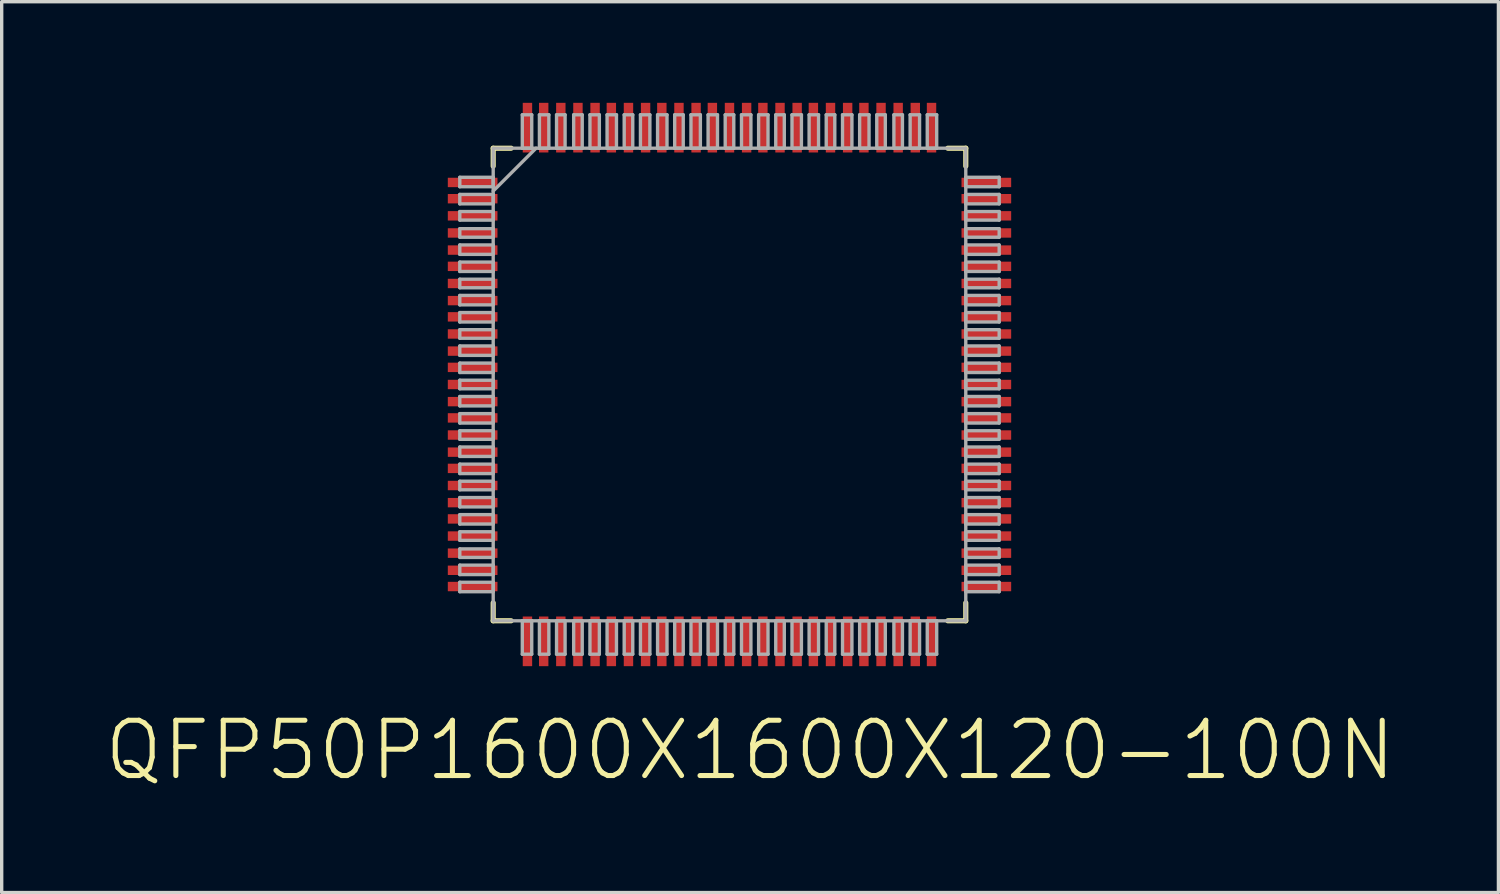
<source format=kicad_pcb>
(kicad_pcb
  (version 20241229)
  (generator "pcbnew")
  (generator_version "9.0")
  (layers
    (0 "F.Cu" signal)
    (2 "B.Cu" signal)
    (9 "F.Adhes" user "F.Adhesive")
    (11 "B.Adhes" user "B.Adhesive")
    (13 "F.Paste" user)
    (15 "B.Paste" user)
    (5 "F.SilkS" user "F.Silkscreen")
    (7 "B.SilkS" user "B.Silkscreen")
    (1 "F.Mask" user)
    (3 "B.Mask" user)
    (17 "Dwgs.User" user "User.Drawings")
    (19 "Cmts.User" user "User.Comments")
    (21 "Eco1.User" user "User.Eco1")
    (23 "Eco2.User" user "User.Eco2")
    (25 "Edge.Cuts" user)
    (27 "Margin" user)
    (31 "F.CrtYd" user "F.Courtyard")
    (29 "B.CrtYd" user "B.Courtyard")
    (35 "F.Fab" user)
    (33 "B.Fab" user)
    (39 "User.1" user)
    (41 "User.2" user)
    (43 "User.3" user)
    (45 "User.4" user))
  (footprint "QFP50P1600X1600X120-100N"
    (layer "F.Cu")
    (at 18.592 8.357)
    (property "Reference" "QFP50P1600X1600X120-100N" (at 0.61 10.85 0) (layer "F.SilkS") (effects (font (size 1.641 1.641) (thickness 0.15))))
    (attr smd)
    (fp_line (start -7.01 -7.01) (end -7.01 -6.477) (stroke (width 0.152) (type solid)) (layer "F.SilkS"))
    (fp_line (start -7.01 6.477) (end -7.01 7.01) (stroke (width 0.152) (type solid)) (layer "F.SilkS"))
    (fp_line (start -7.01 7.01) (end -6.477 7.01) (stroke (width 0.152) (type solid)) (layer "F.SilkS"))
    (fp_line (start -6.477 -7.01) (end -7.01 -7.01) (stroke (width 0.152) (type solid)) (layer "F.SilkS"))
    (fp_line (start 6.477 7.01) (end 7.01 7.01) (stroke (width 0.152) (type solid)) (layer "F.SilkS"))
    (fp_line (start 7.01 -7.01) (end 6.477 -7.01) (stroke (width 0.152) (type solid)) (layer "F.SilkS"))
    (fp_line (start 7.01 -6.477) (end 7.01 -7.01) (stroke (width 0.152) (type solid)) (layer "F.SilkS"))
    (fp_line (start 7.01 7.01) (end 7.01 6.477) (stroke (width 0.152) (type solid)) (layer "F.SilkS"))
    (fp_line (start -8.001 -6.147) (end -8.001 -5.867) (stroke (width 0.1) (type solid)) (layer "F.Fab"))
    (fp_line (start -8.001 -5.867) (end -7.01 -5.867) (stroke (width 0.1) (type solid)) (layer "F.Fab"))
    (fp_line (start -8.001 -5.639) (end -8.001 -5.359) (stroke (width 0.1) (type solid)) (layer "F.Fab"))
    (fp_line (start -8.001 -5.359) (end -7.01 -5.359) (stroke (width 0.1) (type solid)) (layer "F.Fab"))
    (fp_line (start -8.001 -5.131) (end -8.001 -4.877) (stroke (width 0.1) (type solid)) (layer "F.Fab"))
    (fp_line (start -8.001 -4.877) (end -7.01 -4.877) (stroke (width 0.1) (type solid)) (layer "F.Fab"))
    (fp_line (start -8.001 -4.623) (end -8.001 -4.369) (stroke (width 0.1) (type solid)) (layer "F.Fab"))
    (fp_line (start -8.001 -4.369) (end -7.01 -4.369) (stroke (width 0.1) (type solid)) (layer "F.Fab"))
    (fp_line (start -8.001 -4.14) (end -8.001 -3.861) (stroke (width 0.1) (type solid)) (layer "F.Fab"))
    (fp_line (start -8.001 -3.861) (end -7.01 -3.861) (stroke (width 0.1) (type solid)) (layer "F.Fab"))
    (fp_line (start -8.001 -3.632) (end -8.001 -3.353) (stroke (width 0.1) (type solid)) (layer "F.Fab"))
    (fp_line (start -8.001 -3.353) (end -7.01 -3.353) (stroke (width 0.1) (type solid)) (layer "F.Fab"))
    (fp_line (start -8.001 -3.124) (end -8.001 -2.87) (stroke (width 0.1) (type solid)) (layer "F.Fab"))
    (fp_line (start -8.001 -2.87) (end -7.01 -2.87) (stroke (width 0.1) (type solid)) (layer "F.Fab"))
    (fp_line (start -8.001 -2.642) (end -8.001 -2.362) (stroke (width 0.1) (type solid)) (layer "F.Fab"))
    (fp_line (start -8.001 -2.362) (end -7.01 -2.362) (stroke (width 0.1) (type solid)) (layer "F.Fab"))
    (fp_line (start -8.001 -2.134) (end -8.001 -1.854) (stroke (width 0.1) (type solid)) (layer "F.Fab"))
    (fp_line (start -8.001 -1.854) (end -7.01 -1.854) (stroke (width 0.1) (type solid)) (layer "F.Fab"))
    (fp_line (start -8.001 -1.626) (end -8.001 -1.372) (stroke (width 0.1) (type solid)) (layer "F.Fab"))
    (fp_line (start -8.001 -1.372) (end -7.01 -1.372) (stroke (width 0.1) (type solid)) (layer "F.Fab"))
    (fp_line (start -8.001 -1.143) (end -8.001 -0.864) (stroke (width 0.1) (type solid)) (layer "F.Fab"))
    (fp_line (start -8.001 -0.864) (end -7.01 -0.864) (stroke (width 0.1) (type solid)) (layer "F.Fab"))
    (fp_line (start -8.001 -0.635) (end -8.001 -0.356) (stroke (width 0.1) (type solid)) (layer "F.Fab"))
    (fp_line (start -8.001 -0.356) (end -7.01 -0.356) (stroke (width 0.1) (type solid)) (layer "F.Fab"))
    (fp_line (start -8.001 -0.127) (end -8.001 0.127) (stroke (width 0.1) (type solid)) (layer "F.Fab"))
    (fp_line (start -8.001 0.127) (end -7.01 0.127) (stroke (width 0.1) (type solid)) (layer "F.Fab"))
    (fp_line (start -8.001 0.356) (end -8.001 0.635) (stroke (width 0.1) (type solid)) (layer "F.Fab"))
    (fp_line (start -8.001 0.635) (end -7.01 0.635) (stroke (width 0.1) (type solid)) (layer "F.Fab"))
    (fp_line (start -8.001 0.864) (end -8.001 1.143) (stroke (width 0.1) (type solid)) (layer "F.Fab"))
    (fp_line (start -8.001 1.143) (end -7.01 1.143) (stroke (width 0.1) (type solid)) (layer "F.Fab"))
    (fp_line (start -8.001 1.372) (end -8.001 1.626) (stroke (width 0.1) (type solid)) (layer "F.Fab"))
    (fp_line (start -8.001 1.626) (end -7.01 1.626) (stroke (width 0.1) (type solid)) (layer "F.Fab"))
    (fp_line (start -8.001 1.854) (end -8.001 2.134) (stroke (width 0.1) (type solid)) (layer "F.Fab"))
    (fp_line (start -8.001 2.134) (end -7.01 2.134) (stroke (width 0.1) (type solid)) (layer "F.Fab"))
    (fp_line (start -8.001 2.362) (end -8.001 2.642) (stroke (width 0.1) (type solid)) (layer "F.Fab"))
    (fp_line (start -8.001 2.642) (end -7.01 2.642) (stroke (width 0.1) (type solid)) (layer "F.Fab"))
    (fp_line (start -8.001 2.87) (end -8.001 3.124) (stroke (width 0.1) (type solid)) (layer "F.Fab"))
    (fp_line (start -8.001 3.124) (end -7.01 3.124) (stroke (width 0.1) (type solid)) (layer "F.Fab"))
    (fp_line (start -8.001 3.353) (end -8.001 3.632) (stroke (width 0.1) (type solid)) (layer "F.Fab"))
    (fp_line (start -8.001 3.632) (end -7.01 3.632) (stroke (width 0.1) (type solid)) (layer "F.Fab"))
    (fp_line (start -8.001 3.861) (end -8.001 4.14) (stroke (width 0.1) (type solid)) (layer "F.Fab"))
    (fp_line (start -8.001 4.14) (end -7.01 4.14) (stroke (width 0.1) (type solid)) (layer "F.Fab"))
    (fp_line (start -8.001 4.369) (end -8.001 4.623) (stroke (width 0.1) (type solid)) (layer "F.Fab"))
    (fp_line (start -8.001 4.623) (end -7.01 4.623) (stroke (width 0.1) (type solid)) (layer "F.Fab"))
    (fp_line (start -8.001 4.877) (end -8.001 5.131) (stroke (width 0.1) (type solid)) (layer "F.Fab"))
    (fp_line (start -8.001 5.131) (end -7.01 5.131) (stroke (width 0.1) (type solid)) (layer "F.Fab"))
    (fp_line (start -8.001 5.359) (end -8.001 5.639) (stroke (width 0.1) (type solid)) (layer "F.Fab"))
    (fp_line (start -8.001 5.639) (end -7.01 5.639) (stroke (width 0.1) (type solid)) (layer "F.Fab"))
    (fp_line (start -8.001 5.867) (end -8.001 6.147) (stroke (width 0.1) (type solid)) (layer "F.Fab"))
    (fp_line (start -8.001 6.147) (end -7.01 6.147) (stroke (width 0.1) (type solid)) (layer "F.Fab"))
    (fp_line (start -7.01 -7.01) (end -7.01 7.01) (stroke (width 0.1) (type solid)) (layer "F.Fab"))
    (fp_line (start -7.01 -6.147) (end -8.001 -6.147) (stroke (width 0.1) (type solid)) (layer "F.Fab"))
    (fp_line (start -7.01 -5.867) (end -7.01 -6.147) (stroke (width 0.1) (type solid)) (layer "F.Fab"))
    (fp_line (start -7.01 -5.74) (end -5.74 -7.01) (stroke (width 0.1) (type solid)) (layer "F.Fab"))
    (fp_line (start -7.01 -5.639) (end -8.001 -5.639) (stroke (width 0.1) (type solid)) (layer "F.Fab"))
    (fp_line (start -7.01 -5.359) (end -7.01 -5.639) (stroke (width 0.1) (type solid)) (layer "F.Fab"))
    (fp_line (start -7.01 -5.131) (end -8.001 -5.131) (stroke (width 0.1) (type solid)) (layer "F.Fab"))
    (fp_line (start -7.01 -4.877) (end -7.01 -5.131) (stroke (width 0.1) (type solid)) (layer "F.Fab"))
    (fp_line (start -7.01 -4.623) (end -8.001 -4.623) (stroke (width 0.1) (type solid)) (layer "F.Fab"))
    (fp_line (start -7.01 -4.369) (end -7.01 -4.623) (stroke (width 0.1) (type solid)) (layer "F.Fab"))
    (fp_line (start -7.01 -4.14) (end -8.001 -4.14) (stroke (width 0.1) (type solid)) (layer "F.Fab"))
    (fp_line (start -7.01 -3.861) (end -7.01 -4.14) (stroke (width 0.1) (type solid)) (layer "F.Fab"))
    (fp_line (start -7.01 -3.632) (end -8.001 -3.632) (stroke (width 0.1) (type solid)) (layer "F.Fab"))
    (fp_line (start -7.01 -3.353) (end -7.01 -3.632) (stroke (width 0.1) (type solid)) (layer "F.Fab"))
    (fp_line (start -7.01 -3.124) (end -8.001 -3.124) (stroke (width 0.1) (type solid)) (layer "F.Fab"))
    (fp_line (start -7.01 -2.87) (end -7.01 -3.124) (stroke (width 0.1) (type solid)) (layer "F.Fab"))
    (fp_line (start -7.01 -2.642) (end -8.001 -2.642) (stroke (width 0.1) (type solid)) (layer "F.Fab"))
    (fp_line (start -7.01 -2.362) (end -7.01 -2.642) (stroke (width 0.1) (type solid)) (layer "F.Fab"))
    (fp_line (start -7.01 -2.134) (end -8.001 -2.134) (stroke (width 0.1) (type solid)) (layer "F.Fab"))
    (fp_line (start -7.01 -1.854) (end -7.01 -2.134) (stroke (width 0.1) (type solid)) (layer "F.Fab"))
    (fp_line (start -7.01 -1.626) (end -8.001 -1.626) (stroke (width 0.1) (type solid)) (layer "F.Fab"))
    (fp_line (start -7.01 -1.372) (end -7.01 -1.626) (stroke (width 0.1) (type solid)) (layer "F.Fab"))
    (fp_line (start -7.01 -1.143) (end -8.001 -1.143) (stroke (width 0.1) (type solid)) (layer "F.Fab"))
    (fp_line (start -7.01 -0.864) (end -7.01 -1.143) (stroke (width 0.1) (type solid)) (layer "F.Fab"))
    (fp_line (start -7.01 -0.635) (end -8.001 -0.635) (stroke (width 0.1) (type solid)) (layer "F.Fab"))
    (fp_line (start -7.01 -0.356) (end -7.01 -0.635) (stroke (width 0.1) (type solid)) (layer "F.Fab"))
    (fp_line (start -7.01 -0.127) (end -8.001 -0.127) (stroke (width 0.1) (type solid)) (layer "F.Fab"))
    (fp_line (start -7.01 0.127) (end -7.01 -0.127) (stroke (width 0.1) (type solid)) (layer "F.Fab"))
    (fp_line (start -7.01 0.356) (end -8.001 0.356) (stroke (width 0.1) (type solid)) (layer "F.Fab"))
    (fp_line (start -7.01 0.635) (end -7.01 0.356) (stroke (width 0.1) (type solid)) (layer "F.Fab"))
    (fp_line (start -7.01 0.864) (end -8.001 0.864) (stroke (width 0.1) (type solid)) (layer "F.Fab"))
    (fp_line (start -7.01 1.143) (end -7.01 0.864) (stroke (width 0.1) (type solid)) (layer "F.Fab"))
    (fp_line (start -7.01 1.372) (end -8.001 1.372) (stroke (width 0.1) (type solid)) (layer "F.Fab"))
    (fp_line (start -7.01 1.626) (end -7.01 1.372) (stroke (width 0.1) (type solid)) (layer "F.Fab"))
    (fp_line (start -7.01 1.854) (end -8.001 1.854) (stroke (width 0.1) (type solid)) (layer "F.Fab"))
    (fp_line (start -7.01 2.134) (end -7.01 1.854) (stroke (width 0.1) (type solid)) (layer "F.Fab"))
    (fp_line (start -7.01 2.362) (end -8.001 2.362) (stroke (width 0.1) (type solid)) (layer "F.Fab"))
    (fp_line (start -7.01 2.642) (end -7.01 2.362) (stroke (width 0.1) (type solid)) (layer "F.Fab"))
    (fp_line (start -7.01 2.87) (end -8.001 2.87) (stroke (width 0.1) (type solid)) (layer "F.Fab"))
    (fp_line (start -7.01 3.124) (end -7.01 2.87) (stroke (width 0.1) (type solid)) (layer "F.Fab"))
    (fp_line (start -7.01 3.353) (end -8.001 3.353) (stroke (width 0.1) (type solid)) (layer "F.Fab"))
    (fp_line (start -7.01 3.632) (end -7.01 3.353) (stroke (width 0.1) (type solid)) (layer "F.Fab"))
    (fp_line (start -7.01 3.861) (end -8.001 3.861) (stroke (width 0.1) (type solid)) (layer "F.Fab"))
    (fp_line (start -7.01 4.14) (end -7.01 3.861) (stroke (width 0.1) (type solid)) (layer "F.Fab"))
    (fp_line (start -7.01 4.369) (end -8.001 4.369) (stroke (width 0.1) (type solid)) (layer "F.Fab"))
    (fp_line (start -7.01 4.623) (end -7.01 4.369) (stroke (width 0.1) (type solid)) (layer "F.Fab"))
    (fp_line (start -7.01 4.877) (end -8.001 4.877) (stroke (width 0.1) (type solid)) (layer "F.Fab"))
    (fp_line (start -7.01 5.131) (end -7.01 4.877) (stroke (width 0.1) (type solid)) (layer "F.Fab"))
    (fp_line (start -7.01 5.359) (end -8.001 5.359) (stroke (width 0.1) (type solid)) (layer "F.Fab"))
    (fp_line (start -7.01 5.639) (end -7.01 5.359) (stroke (width 0.1) (type solid)) (layer "F.Fab"))
    (fp_line (start -7.01 5.867) (end -8.001 5.867) (stroke (width 0.1) (type solid)) (layer "F.Fab"))
    (fp_line (start -7.01 6.147) (end -7.01 5.867) (stroke (width 0.1) (type solid)) (layer "F.Fab"))
    (fp_line (start -7.01 7.01) (end 7.01 7.01) (stroke (width 0.1) (type solid)) (layer "F.Fab"))
    (fp_line (start -6.147 -8.001) (end -6.147 -7.01) (stroke (width 0.1) (type solid)) (layer "F.Fab"))
    (fp_line (start -6.147 -7.01) (end -5.867 -7.01) (stroke (width 0.1) (type solid)) (layer "F.Fab"))
    (fp_line (start -6.147 7.01) (end -6.147 8.001) (stroke (width 0.1) (type solid)) (layer "F.Fab"))
    (fp_line (start -6.147 8.001) (end -5.867 8.001) (stroke (width 0.1) (type solid)) (layer "F.Fab"))
    (fp_line (start -5.867 -8.001) (end -6.147 -8.001) (stroke (width 0.1) (type solid)) (layer "F.Fab"))
    (fp_line (start -5.867 -7.01) (end -5.867 -8.001) (stroke (width 0.1) (type solid)) (layer "F.Fab"))
    (fp_line (start -5.867 7.01) (end -6.147 7.01) (stroke (width 0.1) (type solid)) (layer "F.Fab"))
    (fp_line (start -5.867 8.001) (end -5.867 7.01) (stroke (width 0.1) (type solid)) (layer "F.Fab"))
    (fp_line (start -5.639 -8.001) (end -5.639 -7.01) (stroke (width 0.1) (type solid)) (layer "F.Fab"))
    (fp_line (start -5.639 -7.01) (end -5.359 -7.01) (stroke (width 0.1) (type solid)) (layer "F.Fab"))
    (fp_line (start -5.639 7.01) (end -5.639 8.001) (stroke (width 0.1) (type solid)) (layer "F.Fab"))
    (fp_line (start -5.639 8.001) (end -5.359 8.001) (stroke (width 0.1) (type solid)) (layer "F.Fab"))
    (fp_line (start -5.359 -8.001) (end -5.639 -8.001) (stroke (width 0.1) (type solid)) (layer "F.Fab"))
    (fp_line (start -5.359 -7.01) (end -5.359 -8.001) (stroke (width 0.1) (type solid)) (layer "F.Fab"))
    (fp_line (start -5.359 7.01) (end -5.639 7.01) (stroke (width 0.1) (type solid)) (layer "F.Fab"))
    (fp_line (start -5.359 8.001) (end -5.359 7.01) (stroke (width 0.1) (type solid)) (layer "F.Fab"))
    (fp_line (start -5.131 -8.001) (end -5.131 -7.01) (stroke (width 0.1) (type solid)) (layer "F.Fab"))
    (fp_line (start -5.131 -7.01) (end -4.877 -7.01) (stroke (width 0.1) (type solid)) (layer "F.Fab"))
    (fp_line (start -5.131 7.01) (end -5.131 8.001) (stroke (width 0.1) (type solid)) (layer "F.Fab"))
    (fp_line (start -5.131 8.001) (end -4.877 8.001) (stroke (width 0.1) (type solid)) (layer "F.Fab"))
    (fp_line (start -4.877 -8.001) (end -5.131 -8.001) (stroke (width 0.1) (type solid)) (layer "F.Fab"))
    (fp_line (start -4.877 -7.01) (end -4.877 -8.001) (stroke (width 0.1) (type solid)) (layer "F.Fab"))
    (fp_line (start -4.877 7.01) (end -5.131 7.01) (stroke (width 0.1) (type solid)) (layer "F.Fab"))
    (fp_line (start -4.877 8.001) (end -4.877 7.01) (stroke (width 0.1) (type solid)) (layer "F.Fab"))
    (fp_line (start -4.623 -8.001) (end -4.623 -7.01) (stroke (width 0.1) (type solid)) (layer "F.Fab"))
    (fp_line (start -4.623 -7.01) (end -4.369 -7.01) (stroke (width 0.1) (type solid)) (layer "F.Fab"))
    (fp_line (start -4.623 7.01) (end -4.623 8.001) (stroke (width 0.1) (type solid)) (layer "F.Fab"))
    (fp_line (start -4.623 8.001) (end -4.369 8.001) (stroke (width 0.1) (type solid)) (layer "F.Fab"))
    (fp_line (start -4.369 -8.001) (end -4.623 -8.001) (stroke (width 0.1) (type solid)) (layer "F.Fab"))
    (fp_line (start -4.369 -7.01) (end -4.369 -8.001) (stroke (width 0.1) (type solid)) (layer "F.Fab"))
    (fp_line (start -4.369 7.01) (end -4.623 7.01) (stroke (width 0.1) (type solid)) (layer "F.Fab"))
    (fp_line (start -4.369 8.001) (end -4.369 7.01) (stroke (width 0.1) (type solid)) (layer "F.Fab"))
    (fp_line (start -4.14 -8.001) (end -4.14 -7.01) (stroke (width 0.1) (type solid)) (layer "F.Fab"))
    (fp_line (start -4.14 -7.01) (end -3.861 -7.01) (stroke (width 0.1) (type solid)) (layer "F.Fab"))
    (fp_line (start -4.14 7.01) (end -4.14 8.001) (stroke (width 0.1) (type solid)) (layer "F.Fab"))
    (fp_line (start -4.14 8.001) (end -3.861 8.001) (stroke (width 0.1) (type solid)) (layer "F.Fab"))
    (fp_line (start -3.861 -8.001) (end -4.14 -8.001) (stroke (width 0.1) (type solid)) (layer "F.Fab"))
    (fp_line (start -3.861 -7.01) (end -3.861 -8.001) (stroke (width 0.1) (type solid)) (layer "F.Fab"))
    (fp_line (start -3.861 7.01) (end -4.14 7.01) (stroke (width 0.1) (type solid)) (layer "F.Fab"))
    (fp_line (start -3.861 8.001) (end -3.861 7.01) (stroke (width 0.1) (type solid)) (layer "F.Fab"))
    (fp_line (start -3.632 -8.001) (end -3.632 -7.01) (stroke (width 0.1) (type solid)) (layer "F.Fab"))
    (fp_line (start -3.632 -7.01) (end -3.353 -7.01) (stroke (width 0.1) (type solid)) (layer "F.Fab"))
    (fp_line (start -3.632 7.01) (end -3.632 8.001) (stroke (width 0.1) (type solid)) (layer "F.Fab"))
    (fp_line (start -3.632 8.001) (end -3.353 8.001) (stroke (width 0.1) (type solid)) (layer "F.Fab"))
    (fp_line (start -3.353 -8.001) (end -3.632 -8.001) (stroke (width 0.1) (type solid)) (layer "F.Fab"))
    (fp_line (start -3.353 -7.01) (end -3.353 -8.001) (stroke (width 0.1) (type solid)) (layer "F.Fab"))
    (fp_line (start -3.353 7.01) (end -3.632 7.01) (stroke (width 0.1) (type solid)) (layer "F.Fab"))
    (fp_line (start -3.353 8.001) (end -3.353 7.01) (stroke (width 0.1) (type solid)) (layer "F.Fab"))
    (fp_line (start -3.124 -8.001) (end -3.124 -7.01) (stroke (width 0.1) (type solid)) (layer "F.Fab"))
    (fp_line (start -3.124 -7.01) (end -2.87 -7.01) (stroke (width 0.1) (type solid)) (layer "F.Fab"))
    (fp_line (start -3.124 7.01) (end -3.124 8.001) (stroke (width 0.1) (type solid)) (layer "F.Fab"))
    (fp_line (start -3.124 8.001) (end -2.87 8.001) (stroke (width 0.1) (type solid)) (layer "F.Fab"))
    (fp_line (start -2.87 -8.001) (end -3.124 -8.001) (stroke (width 0.1) (type solid)) (layer "F.Fab"))
    (fp_line (start -2.87 -7.01) (end -2.87 -8.001) (stroke (width 0.1) (type solid)) (layer "F.Fab"))
    (fp_line (start -2.87 7.01) (end -3.124 7.01) (stroke (width 0.1) (type solid)) (layer "F.Fab"))
    (fp_line (start -2.87 8.001) (end -2.87 7.01) (stroke (width 0.1) (type solid)) (layer "F.Fab"))
    (fp_line (start -2.642 -8.001) (end -2.642 -7.01) (stroke (width 0.1) (type solid)) (layer "F.Fab"))
    (fp_line (start -2.642 -7.01) (end -2.362 -7.01) (stroke (width 0.1) (type solid)) (layer "F.Fab"))
    (fp_line (start -2.642 7.01) (end -2.642 8.001) (stroke (width 0.1) (type solid)) (layer "F.Fab"))
    (fp_line (start -2.642 8.001) (end -2.362 8.001) (stroke (width 0.1) (type solid)) (layer "F.Fab"))
    (fp_line (start -2.362 -8.001) (end -2.642 -8.001) (stroke (width 0.1) (type solid)) (layer "F.Fab"))
    (fp_line (start -2.362 -7.01) (end -2.362 -8.001) (stroke (width 0.1) (type solid)) (layer "F.Fab"))
    (fp_line (start -2.362 7.01) (end -2.642 7.01) (stroke (width 0.1) (type solid)) (layer "F.Fab"))
    (fp_line (start -2.362 8.001) (end -2.362 7.01) (stroke (width 0.1) (type solid)) (layer "F.Fab"))
    (fp_line (start -2.134 -8.001) (end -2.134 -7.01) (stroke (width 0.1) (type solid)) (layer "F.Fab"))
    (fp_line (start -2.134 -7.01) (end -1.854 -7.01) (stroke (width 0.1) (type solid)) (layer "F.Fab"))
    (fp_line (start -2.134 7.01) (end -2.134 8.001) (stroke (width 0.1) (type solid)) (layer "F.Fab"))
    (fp_line (start -2.134 8.001) (end -1.854 8.001) (stroke (width 0.1) (type solid)) (layer "F.Fab"))
    (fp_line (start -1.854 -8.001) (end -2.134 -8.001) (stroke (width 0.1) (type solid)) (layer "F.Fab"))
    (fp_line (start -1.854 -7.01) (end -1.854 -8.001) (stroke (width 0.1) (type solid)) (layer "F.Fab"))
    (fp_line (start -1.854 7.01) (end -2.134 7.01) (stroke (width 0.1) (type solid)) (layer "F.Fab"))
    (fp_line (start -1.854 8.001) (end -1.854 7.01) (stroke (width 0.1) (type solid)) (layer "F.Fab"))
    (fp_line (start -1.626 -8.001) (end -1.626 -7.01) (stroke (width 0.1) (type solid)) (layer "F.Fab"))
    (fp_line (start -1.626 -7.01) (end -1.372 -7.01) (stroke (width 0.1) (type solid)) (layer "F.Fab"))
    (fp_line (start -1.626 7.01) (end -1.626 8.001) (stroke (width 0.1) (type solid)) (layer "F.Fab"))
    (fp_line (start -1.626 8.001) (end -1.372 8.001) (stroke (width 0.1) (type solid)) (layer "F.Fab"))
    (fp_line (start -1.372 -8.001) (end -1.626 -8.001) (stroke (width 0.1) (type solid)) (layer "F.Fab"))
    (fp_line (start -1.372 -7.01) (end -1.372 -8.001) (stroke (width 0.1) (type solid)) (layer "F.Fab"))
    (fp_line (start -1.372 7.01) (end -1.626 7.01) (stroke (width 0.1) (type solid)) (layer "F.Fab"))
    (fp_line (start -1.372 8.001) (end -1.372 7.01) (stroke (width 0.1) (type solid)) (layer "F.Fab"))
    (fp_line (start -1.143 -8.001) (end -1.143 -7.01) (stroke (width 0.1) (type solid)) (layer "F.Fab"))
    (fp_line (start -1.143 -7.01) (end -0.864 -7.01) (stroke (width 0.1) (type solid)) (layer "F.Fab"))
    (fp_line (start -1.143 7.01) (end -1.143 8.001) (stroke (width 0.1) (type solid)) (layer "F.Fab"))
    (fp_line (start -1.143 8.001) (end -0.864 8.001) (stroke (width 0.1) (type solid)) (layer "F.Fab"))
    (fp_line (start -0.864 -8.001) (end -1.143 -8.001) (stroke (width 0.1) (type solid)) (layer "F.Fab"))
    (fp_line (start -0.864 -7.01) (end -0.864 -8.001) (stroke (width 0.1) (type solid)) (layer "F.Fab"))
    (fp_line (start -0.864 7.01) (end -1.143 7.01) (stroke (width 0.1) (type solid)) (layer "F.Fab"))
    (fp_line (start -0.864 8.001) (end -0.864 7.01) (stroke (width 0.1) (type solid)) (layer "F.Fab"))
    (fp_line (start -0.635 -8.001) (end -0.635 -7.01) (stroke (width 0.1) (type solid)) (layer "F.Fab"))
    (fp_line (start -0.635 -7.01) (end -0.356 -7.01) (stroke (width 0.1) (type solid)) (layer "F.Fab"))
    (fp_line (start -0.635 7.01) (end -0.635 8.001) (stroke (width 0.1) (type solid)) (layer "F.Fab"))
    (fp_line (start -0.635 8.001) (end -0.356 8.001) (stroke (width 0.1) (type solid)) (layer "F.Fab"))
    (fp_line (start -0.356 -8.001) (end -0.635 -8.001) (stroke (width 0.1) (type solid)) (layer "F.Fab"))
    (fp_line (start -0.356 -7.01) (end -0.356 -8.001) (stroke (width 0.1) (type solid)) (layer "F.Fab"))
    (fp_line (start -0.356 7.01) (end -0.635 7.01) (stroke (width 0.1) (type solid)) (layer "F.Fab"))
    (fp_line (start -0.356 8.001) (end -0.356 7.01) (stroke (width 0.1) (type solid)) (layer "F.Fab"))
    (fp_line (start -0.127 -8.001) (end -0.127 -7.01) (stroke (width 0.1) (type solid)) (layer "F.Fab"))
    (fp_line (start -0.127 -7.01) (end 0.127 -7.01) (stroke (width 0.1) (type solid)) (layer "F.Fab"))
    (fp_line (start -0.127 7.01) (end -0.127 8.001) (stroke (width 0.1) (type solid)) (layer "F.Fab"))
    (fp_line (start -0.127 8.001) (end 0.127 8.001) (stroke (width 0.1) (type solid)) (layer "F.Fab"))
    (fp_line (start 0.127 -8.001) (end -0.127 -8.001) (stroke (width 0.1) (type solid)) (layer "F.Fab"))
    (fp_line (start 0.127 -7.01) (end 0.127 -8.001) (stroke (width 0.1) (type solid)) (layer "F.Fab"))
    (fp_line (start 0.127 7.01) (end -0.127 7.01) (stroke (width 0.1) (type solid)) (layer "F.Fab"))
    (fp_line (start 0.127 8.001) (end 0.127 7.01) (stroke (width 0.1) (type solid)) (layer "F.Fab"))
    (fp_line (start 0.356 -8.001) (end 0.356 -7.01) (stroke (width 0.1) (type solid)) (layer "F.Fab"))
    (fp_line (start 0.356 -7.01) (end 0.635 -7.01) (stroke (width 0.1) (type solid)) (layer "F.Fab"))
    (fp_line (start 0.356 7.01) (end 0.356 8.001) (stroke (width 0.1) (type solid)) (layer "F.Fab"))
    (fp_line (start 0.356 8.001) (end 0.635 8.001) (stroke (width 0.1) (type solid)) (layer "F.Fab"))
    (fp_line (start 0.635 -8.001) (end 0.356 -8.001) (stroke (width 0.1) (type solid)) (layer "F.Fab"))
    (fp_line (start 0.635 -7.01) (end 0.635 -8.001) (stroke (width 0.1) (type solid)) (layer "F.Fab"))
    (fp_line (start 0.635 7.01) (end 0.356 7.01) (stroke (width 0.1) (type solid)) (layer "F.Fab"))
    (fp_line (start 0.635 8.001) (end 0.635 7.01) (stroke (width 0.1) (type solid)) (layer "F.Fab"))
    (fp_line (start 0.864 -8.001) (end 0.864 -7.01) (stroke (width 0.1) (type solid)) (layer "F.Fab"))
    (fp_line (start 0.864 -7.01) (end 1.143 -7.01) (stroke (width 0.1) (type solid)) (layer "F.Fab"))
    (fp_line (start 0.864 7.01) (end 0.864 8.001) (stroke (width 0.1) (type solid)) (layer "F.Fab"))
    (fp_line (start 0.864 8.001) (end 1.143 8.001) (stroke (width 0.1) (type solid)) (layer "F.Fab"))
    (fp_line (start 1.143 -8.001) (end 0.864 -8.001) (stroke (width 0.1) (type solid)) (layer "F.Fab"))
    (fp_line (start 1.143 -7.01) (end 1.143 -8.001) (stroke (width 0.1) (type solid)) (layer "F.Fab"))
    (fp_line (start 1.143 7.01) (end 0.864 7.01) (stroke (width 0.1) (type solid)) (layer "F.Fab"))
    (fp_line (start 1.143 8.001) (end 1.143 7.01) (stroke (width 0.1) (type solid)) (layer "F.Fab"))
    (fp_line (start 1.372 -8.001) (end 1.372 -7.01) (stroke (width 0.1) (type solid)) (layer "F.Fab"))
    (fp_line (start 1.372 -7.01) (end 1.626 -7.01) (stroke (width 0.1) (type solid)) (layer "F.Fab"))
    (fp_line (start 1.372 7.01) (end 1.372 8.001) (stroke (width 0.1) (type solid)) (layer "F.Fab"))
    (fp_line (start 1.372 8.001) (end 1.626 8.001) (stroke (width 0.1) (type solid)) (layer "F.Fab"))
    (fp_line (start 1.626 -8.001) (end 1.372 -8.001) (stroke (width 0.1) (type solid)) (layer "F.Fab"))
    (fp_line (start 1.626 -7.01) (end 1.626 -8.001) (stroke (width 0.1) (type solid)) (layer "F.Fab"))
    (fp_line (start 1.626 7.01) (end 1.372 7.01) (stroke (width 0.1) (type solid)) (layer "F.Fab"))
    (fp_line (start 1.626 8.001) (end 1.626 7.01) (stroke (width 0.1) (type solid)) (layer "F.Fab"))
    (fp_line (start 1.854 -8.001) (end 1.854 -7.01) (stroke (width 0.1) (type solid)) (layer "F.Fab"))
    (fp_line (start 1.854 -7.01) (end 2.134 -7.01) (stroke (width 0.1) (type solid)) (layer "F.Fab"))
    (fp_line (start 1.854 7.01) (end 1.854 8.001) (stroke (width 0.1) (type solid)) (layer "F.Fab"))
    (fp_line (start 1.854 8.001) (end 2.134 8.001) (stroke (width 0.1) (type solid)) (layer "F.Fab"))
    (fp_line (start 2.134 -8.001) (end 1.854 -8.001) (stroke (width 0.1) (type solid)) (layer "F.Fab"))
    (fp_line (start 2.134 -7.01) (end 2.134 -8.001) (stroke (width 0.1) (type solid)) (layer "F.Fab"))
    (fp_line (start 2.134 7.01) (end 1.854 7.01) (stroke (width 0.1) (type solid)) (layer "F.Fab"))
    (fp_line (start 2.134 8.001) (end 2.134 7.01) (stroke (width 0.1) (type solid)) (layer "F.Fab"))
    (fp_line (start 2.362 -8.001) (end 2.362 -7.01) (stroke (width 0.1) (type solid)) (layer "F.Fab"))
    (fp_line (start 2.362 -7.01) (end 2.642 -7.01) (stroke (width 0.1) (type solid)) (layer "F.Fab"))
    (fp_line (start 2.362 7.01) (end 2.362 8.001) (stroke (width 0.1) (type solid)) (layer "F.Fab"))
    (fp_line (start 2.362 8.001) (end 2.642 8.001) (stroke (width 0.1) (type solid)) (layer "F.Fab"))
    (fp_line (start 2.642 -8.001) (end 2.362 -8.001) (stroke (width 0.1) (type solid)) (layer "F.Fab"))
    (fp_line (start 2.642 -7.01) (end 2.642 -8.001) (stroke (width 0.1) (type solid)) (layer "F.Fab"))
    (fp_line (start 2.642 7.01) (end 2.362 7.01) (stroke (width 0.1) (type solid)) (layer "F.Fab"))
    (fp_line (start 2.642 8.001) (end 2.642 7.01) (stroke (width 0.1) (type solid)) (layer "F.Fab"))
    (fp_line (start 2.87 -8.001) (end 2.87 -7.01) (stroke (width 0.1) (type solid)) (layer "F.Fab"))
    (fp_line (start 2.87 -7.01) (end 3.124 -7.01) (stroke (width 0.1) (type solid)) (layer "F.Fab"))
    (fp_line (start 2.87 7.01) (end 2.87 8.001) (stroke (width 0.1) (type solid)) (layer "F.Fab"))
    (fp_line (start 2.87 8.001) (end 3.124 8.001) (stroke (width 0.1) (type solid)) (layer "F.Fab"))
    (fp_line (start 3.124 -8.001) (end 2.87 -8.001) (stroke (width 0.1) (type solid)) (layer "F.Fab"))
    (fp_line (start 3.124 -7.01) (end 3.124 -8.001) (stroke (width 0.1) (type solid)) (layer "F.Fab"))
    (fp_line (start 3.124 7.01) (end 2.87 7.01) (stroke (width 0.1) (type solid)) (layer "F.Fab"))
    (fp_line (start 3.124 8.001) (end 3.124 7.01) (stroke (width 0.1) (type solid)) (layer "F.Fab"))
    (fp_line (start 3.353 -8.001) (end 3.353 -7.01) (stroke (width 0.1) (type solid)) (layer "F.Fab"))
    (fp_line (start 3.353 -7.01) (end 3.632 -7.01) (stroke (width 0.1) (type solid)) (layer "F.Fab"))
    (fp_line (start 3.353 7.01) (end 3.353 8.001) (stroke (width 0.1) (type solid)) (layer "F.Fab"))
    (fp_line (start 3.353 8.001) (end 3.632 8.001) (stroke (width 0.1) (type solid)) (layer "F.Fab"))
    (fp_line (start 3.632 -8.001) (end 3.353 -8.001) (stroke (width 0.1) (type solid)) (layer "F.Fab"))
    (fp_line (start 3.632 -7.01) (end 3.632 -8.001) (stroke (width 0.1) (type solid)) (layer "F.Fab"))
    (fp_line (start 3.632 7.01) (end 3.353 7.01) (stroke (width 0.1) (type solid)) (layer "F.Fab"))
    (fp_line (start 3.632 8.001) (end 3.632 7.01) (stroke (width 0.1) (type solid)) (layer "F.Fab"))
    (fp_line (start 3.861 -8.001) (end 3.861 -7.01) (stroke (width 0.1) (type solid)) (layer "F.Fab"))
    (fp_line (start 3.861 -7.01) (end 4.14 -7.01) (stroke (width 0.1) (type solid)) (layer "F.Fab"))
    (fp_line (start 3.861 7.01) (end 3.861 8.001) (stroke (width 0.1) (type solid)) (layer "F.Fab"))
    (fp_line (start 3.861 8.001) (end 4.14 8.001) (stroke (width 0.1) (type solid)) (layer "F.Fab"))
    (fp_line (start 4.14 -8.001) (end 3.861 -8.001) (stroke (width 0.1) (type solid)) (layer "F.Fab"))
    (fp_line (start 4.14 -7.01) (end 4.14 -8.001) (stroke (width 0.1) (type solid)) (layer "F.Fab"))
    (fp_line (start 4.14 7.01) (end 3.861 7.01) (stroke (width 0.1) (type solid)) (layer "F.Fab"))
    (fp_line (start 4.14 8.001) (end 4.14 7.01) (stroke (width 0.1) (type solid)) (layer "F.Fab"))
    (fp_line (start 4.369 -8.001) (end 4.369 -7.01) (stroke (width 0.1) (type solid)) (layer "F.Fab"))
    (fp_line (start 4.369 -7.01) (end 4.623 -7.01) (stroke (width 0.1) (type solid)) (layer "F.Fab"))
    (fp_line (start 4.369 7.01) (end 4.369 8.001) (stroke (width 0.1) (type solid)) (layer "F.Fab"))
    (fp_line (start 4.369 8.001) (end 4.623 8.001) (stroke (width 0.1) (type solid)) (layer "F.Fab"))
    (fp_line (start 4.623 -8.001) (end 4.369 -8.001) (stroke (width 0.1) (type solid)) (layer "F.Fab"))
    (fp_line (start 4.623 -7.01) (end 4.623 -8.001) (stroke (width 0.1) (type solid)) (layer "F.Fab"))
    (fp_line (start 4.623 7.01) (end 4.369 7.01) (stroke (width 0.1) (type solid)) (layer "F.Fab"))
    (fp_line (start 4.623 8.001) (end 4.623 7.01) (stroke (width 0.1) (type solid)) (layer "F.Fab"))
    (fp_line (start 4.877 -8.001) (end 4.877 -7.01) (stroke (width 0.1) (type solid)) (layer "F.Fab"))
    (fp_line (start 4.877 -7.01) (end 5.131 -7.01) (stroke (width 0.1) (type solid)) (layer "F.Fab"))
    (fp_line (start 4.877 7.01) (end 4.877 8.001) (stroke (width 0.1) (type solid)) (layer "F.Fab"))
    (fp_line (start 4.877 8.001) (end 5.131 8.001) (stroke (width 0.1) (type solid)) (layer "F.Fab"))
    (fp_line (start 5.131 -8.001) (end 4.877 -8.001) (stroke (width 0.1) (type solid)) (layer "F.Fab"))
    (fp_line (start 5.131 -7.01) (end 5.131 -8.001) (stroke (width 0.1) (type solid)) (layer "F.Fab"))
    (fp_line (start 5.131 7.01) (end 4.877 7.01) (stroke (width 0.1) (type solid)) (layer "F.Fab"))
    (fp_line (start 5.131 8.001) (end 5.131 7.01) (stroke (width 0.1) (type solid)) (layer "F.Fab"))
    (fp_line (start 5.359 -8.001) (end 5.359 -7.01) (stroke (width 0.1) (type solid)) (layer "F.Fab"))
    (fp_line (start 5.359 -7.01) (end 5.639 -7.01) (stroke (width 0.1) (type solid)) (layer "F.Fab"))
    (fp_line (start 5.359 7.01) (end 5.359 8.001) (stroke (width 0.1) (type solid)) (layer "F.Fab"))
    (fp_line (start 5.359 8.001) (end 5.639 8.001) (stroke (width 0.1) (type solid)) (layer "F.Fab"))
    (fp_line (start 5.639 -8.001) (end 5.359 -8.001) (stroke (width 0.1) (type solid)) (layer "F.Fab"))
    (fp_line (start 5.639 -7.01) (end 5.639 -8.001) (stroke (width 0.1) (type solid)) (layer "F.Fab"))
    (fp_line (start 5.639 7.01) (end 5.359 7.01) (stroke (width 0.1) (type solid)) (layer "F.Fab"))
    (fp_line (start 5.639 8.001) (end 5.639 7.01) (stroke (width 0.1) (type solid)) (layer "F.Fab"))
    (fp_line (start 5.867 -8.001) (end 5.867 -7.01) (stroke (width 0.1) (type solid)) (layer "F.Fab"))
    (fp_line (start 5.867 -7.01) (end 6.147 -7.01) (stroke (width 0.1) (type solid)) (layer "F.Fab"))
    (fp_line (start 5.867 7.01) (end 5.867 8.001) (stroke (width 0.1) (type solid)) (layer "F.Fab"))
    (fp_line (start 5.867 8.001) (end 6.147 8.001) (stroke (width 0.1) (type solid)) (layer "F.Fab"))
    (fp_line (start 6.147 -8.001) (end 5.867 -8.001) (stroke (width 0.1) (type solid)) (layer "F.Fab"))
    (fp_line (start 6.147 -7.01) (end 6.147 -8.001) (stroke (width 0.1) (type solid)) (layer "F.Fab"))
    (fp_line (start 6.147 7.01) (end 5.867 7.01) (stroke (width 0.1) (type solid)) (layer "F.Fab"))
    (fp_line (start 6.147 8.001) (end 6.147 7.01) (stroke (width 0.1) (type solid)) (layer "F.Fab"))
    (fp_line (start 7.01 -7.01) (end -7.01 -7.01) (stroke (width 0.1) (type solid)) (layer "F.Fab"))
    (fp_line (start 7.01 -6.147) (end 7.01 -5.867) (stroke (width 0.1) (type solid)) (layer "F.Fab"))
    (fp_line (start 7.01 -5.867) (end 8.001 -5.867) (stroke (width 0.1) (type solid)) (layer "F.Fab"))
    (fp_line (start 7.01 -5.639) (end 7.01 -5.359) (stroke (width 0.1) (type solid)) (layer "F.Fab"))
    (fp_line (start 7.01 -5.359) (end 8.001 -5.359) (stroke (width 0.1) (type solid)) (layer "F.Fab"))
    (fp_line (start 7.01 -5.131) (end 7.01 -4.877) (stroke (width 0.1) (type solid)) (layer "F.Fab"))
    (fp_line (start 7.01 -4.877) (end 8.001 -4.877) (stroke (width 0.1) (type solid)) (layer "F.Fab"))
    (fp_line (start 7.01 -4.623) (end 7.01 -4.369) (stroke (width 0.1) (type solid)) (layer "F.Fab"))
    (fp_line (start 7.01 -4.369) (end 8.001 -4.369) (stroke (width 0.1) (type solid)) (layer "F.Fab"))
    (fp_line (start 7.01 -4.14) (end 7.01 -3.861) (stroke (width 0.1) (type solid)) (layer "F.Fab"))
    (fp_line (start 7.01 -3.861) (end 8.001 -3.861) (stroke (width 0.1) (type solid)) (layer "F.Fab"))
    (fp_line (start 7.01 -3.632) (end 7.01 -3.353) (stroke (width 0.1) (type solid)) (layer "F.Fab"))
    (fp_line (start 7.01 -3.353) (end 8.001 -3.353) (stroke (width 0.1) (type solid)) (layer "F.Fab"))
    (fp_line (start 7.01 -3.124) (end 7.01 -2.87) (stroke (width 0.1) (type solid)) (layer "F.Fab"))
    (fp_line (start 7.01 -2.87) (end 8.001 -2.87) (stroke (width 0.1) (type solid)) (layer "F.Fab"))
    (fp_line (start 7.01 -2.642) (end 7.01 -2.362) (stroke (width 0.1) (type solid)) (layer "F.Fab"))
    (fp_line (start 7.01 -2.362) (end 8.001 -2.362) (stroke (width 0.1) (type solid)) (layer "F.Fab"))
    (fp_line (start 7.01 -2.134) (end 7.01 -1.854) (stroke (width 0.1) (type solid)) (layer "F.Fab"))
    (fp_line (start 7.01 -1.854) (end 8.001 -1.854) (stroke (width 0.1) (type solid)) (layer "F.Fab"))
    (fp_line (start 7.01 -1.626) (end 7.01 -1.372) (stroke (width 0.1) (type solid)) (layer "F.Fab"))
    (fp_line (start 7.01 -1.372) (end 8.001 -1.372) (stroke (width 0.1) (type solid)) (layer "F.Fab"))
    (fp_line (start 7.01 -1.143) (end 7.01 -0.864) (stroke (width 0.1) (type solid)) (layer "F.Fab"))
    (fp_line (start 7.01 -0.864) (end 8.001 -0.864) (stroke (width 0.1) (type solid)) (layer "F.Fab"))
    (fp_line (start 7.01 -0.635) (end 7.01 -0.356) (stroke (width 0.1) (type solid)) (layer "F.Fab"))
    (fp_line (start 7.01 -0.356) (end 8.001 -0.356) (stroke (width 0.1) (type solid)) (layer "F.Fab"))
    (fp_line (start 7.01 -0.127) (end 7.01 0.127) (stroke (width 0.1) (type solid)) (layer "F.Fab"))
    (fp_line (start 7.01 0.127) (end 8.001 0.127) (stroke (width 0.1) (type solid)) (layer "F.Fab"))
    (fp_line (start 7.01 0.356) (end 7.01 0.635) (stroke (width 0.1) (type solid)) (layer "F.Fab"))
    (fp_line (start 7.01 0.635) (end 8.001 0.635) (stroke (width 0.1) (type solid)) (layer "F.Fab"))
    (fp_line (start 7.01 0.864) (end 7.01 1.143) (stroke (width 0.1) (type solid)) (layer "F.Fab"))
    (fp_line (start 7.01 1.143) (end 8.001 1.143) (stroke (width 0.1) (type solid)) (layer "F.Fab"))
    (fp_line (start 7.01 1.372) (end 7.01 1.626) (stroke (width 0.1) (type solid)) (layer "F.Fab"))
    (fp_line (start 7.01 1.626) (end 8.001 1.626) (stroke (width 0.1) (type solid)) (layer "F.Fab"))
    (fp_line (start 7.01 1.854) (end 7.01 2.134) (stroke (width 0.1) (type solid)) (layer "F.Fab"))
    (fp_line (start 7.01 2.134) (end 8.001 2.134) (stroke (width 0.1) (type solid)) (layer "F.Fab"))
    (fp_line (start 7.01 2.362) (end 7.01 2.642) (stroke (width 0.1) (type solid)) (layer "F.Fab"))
    (fp_line (start 7.01 2.642) (end 8.001 2.642) (stroke (width 0.1) (type solid)) (layer "F.Fab"))
    (fp_line (start 7.01 2.87) (end 7.01 3.124) (stroke (width 0.1) (type solid)) (layer "F.Fab"))
    (fp_line (start 7.01 3.124) (end 8.001 3.124) (stroke (width 0.1) (type solid)) (layer "F.Fab"))
    (fp_line (start 7.01 3.353) (end 7.01 3.632) (stroke (width 0.1) (type solid)) (layer "F.Fab"))
    (fp_line (start 7.01 3.632) (end 8.001 3.632) (stroke (width 0.1) (type solid)) (layer "F.Fab"))
    (fp_line (start 7.01 3.861) (end 7.01 4.14) (stroke (width 0.1) (type solid)) (layer "F.Fab"))
    (fp_line (start 7.01 4.14) (end 8.001 4.14) (stroke (width 0.1) (type solid)) (layer "F.Fab"))
    (fp_line (start 7.01 4.369) (end 7.01 4.623) (stroke (width 0.1) (type solid)) (layer "F.Fab"))
    (fp_line (start 7.01 4.623) (end 8.001 4.623) (stroke (width 0.1) (type solid)) (layer "F.Fab"))
    (fp_line (start 7.01 4.877) (end 7.01 5.131) (stroke (width 0.1) (type solid)) (layer "F.Fab"))
    (fp_line (start 7.01 5.131) (end 8.001 5.131) (stroke (width 0.1) (type solid)) (layer "F.Fab"))
    (fp_line (start 7.01 5.359) (end 7.01 5.639) (stroke (width 0.1) (type solid)) (layer "F.Fab"))
    (fp_line (start 7.01 5.639) (end 8.001 5.639) (stroke (width 0.1) (type solid)) (layer "F.Fab"))
    (fp_line (start 7.01 5.867) (end 7.01 6.147) (stroke (width 0.1) (type solid)) (layer "F.Fab"))
    (fp_line (start 7.01 6.147) (end 8.001 6.147) (stroke (width 0.1) (type solid)) (layer "F.Fab"))
    (fp_line (start 7.01 7.01) (end 7.01 -7.01) (stroke (width 0.1) (type solid)) (layer "F.Fab"))
    (fp_line (start 8.001 -6.147) (end 7.01 -6.147) (stroke (width 0.1) (type solid)) (layer "F.Fab"))
    (fp_line (start 8.001 -5.867) (end 8.001 -6.147) (stroke (width 0.1) (type solid)) (layer "F.Fab"))
    (fp_line (start 8.001 -5.639) (end 7.01 -5.639) (stroke (width 0.1) (type solid)) (layer "F.Fab"))
    (fp_line (start 8.001 -5.359) (end 8.001 -5.639) (stroke (width 0.1) (type solid)) (layer "F.Fab"))
    (fp_line (start 8.001 -5.131) (end 7.01 -5.131) (stroke (width 0.1) (type solid)) (layer "F.Fab"))
    (fp_line (start 8.001 -4.877) (end 8.001 -5.131) (stroke (width 0.1) (type solid)) (layer "F.Fab"))
    (fp_line (start 8.001 -4.623) (end 7.01 -4.623) (stroke (width 0.1) (type solid)) (layer "F.Fab"))
    (fp_line (start 8.001 -4.369) (end 8.001 -4.623) (stroke (width 0.1) (type solid)) (layer "F.Fab"))
    (fp_line (start 8.001 -4.14) (end 7.01 -4.14) (stroke (width 0.1) (type solid)) (layer "F.Fab"))
    (fp_line (start 8.001 -3.861) (end 8.001 -4.14) (stroke (width 0.1) (type solid)) (layer "F.Fab"))
    (fp_line (start 8.001 -3.632) (end 7.01 -3.632) (stroke (width 0.1) (type solid)) (layer "F.Fab"))
    (fp_line (start 8.001 -3.353) (end 8.001 -3.632) (stroke (width 0.1) (type solid)) (layer "F.Fab"))
    (fp_line (start 8.001 -3.124) (end 7.01 -3.124) (stroke (width 0.1) (type solid)) (layer "F.Fab"))
    (fp_line (start 8.001 -2.87) (end 8.001 -3.124) (stroke (width 0.1) (type solid)) (layer "F.Fab"))
    (fp_line (start 8.001 -2.642) (end 7.01 -2.642) (stroke (width 0.1) (type solid)) (layer "F.Fab"))
    (fp_line (start 8.001 -2.362) (end 8.001 -2.642) (stroke (width 0.1) (type solid)) (layer "F.Fab"))
    (fp_line (start 8.001 -2.134) (end 7.01 -2.134) (stroke (width 0.1) (type solid)) (layer "F.Fab"))
    (fp_line (start 8.001 -1.854) (end 8.001 -2.134) (stroke (width 0.1) (type solid)) (layer "F.Fab"))
    (fp_line (start 8.001 -1.626) (end 7.01 -1.626) (stroke (width 0.1) (type solid)) (layer "F.Fab"))
    (fp_line (start 8.001 -1.372) (end 8.001 -1.626) (stroke (width 0.1) (type solid)) (layer "F.Fab"))
    (fp_line (start 8.001 -1.143) (end 7.01 -1.143) (stroke (width 0.1) (type solid)) (layer "F.Fab"))
    (fp_line (start 8.001 -0.864) (end 8.001 -1.143) (stroke (width 0.1) (type solid)) (layer "F.Fab"))
    (fp_line (start 8.001 -0.635) (end 7.01 -0.635) (stroke (width 0.1) (type solid)) (layer "F.Fab"))
    (fp_line (start 8.001 -0.356) (end 8.001 -0.635) (stroke (width 0.1) (type solid)) (layer "F.Fab"))
    (fp_line (start 8.001 -0.127) (end 7.01 -0.127) (stroke (width 0.1) (type solid)) (layer "F.Fab"))
    (fp_line (start 8.001 0.127) (end 8.001 -0.127) (stroke (width 0.1) (type solid)) (layer "F.Fab"))
    (fp_line (start 8.001 0.356) (end 7.01 0.356) (stroke (width 0.1) (type solid)) (layer "F.Fab"))
    (fp_line (start 8.001 0.635) (end 8.001 0.356) (stroke (width 0.1) (type solid)) (layer "F.Fab"))
    (fp_line (start 8.001 0.864) (end 7.01 0.864) (stroke (width 0.1) (type solid)) (layer "F.Fab"))
    (fp_line (start 8.001 1.143) (end 8.001 0.864) (stroke (width 0.1) (type solid)) (layer "F.Fab"))
    (fp_line (start 8.001 1.372) (end 7.01 1.372) (stroke (width 0.1) (type solid)) (layer "F.Fab"))
    (fp_line (start 8.001 1.626) (end 8.001 1.372) (stroke (width 0.1) (type solid)) (layer "F.Fab"))
    (fp_line (start 8.001 1.854) (end 7.01 1.854) (stroke (width 0.1) (type solid)) (layer "F.Fab"))
    (fp_line (start 8.001 2.134) (end 8.001 1.854) (stroke (width 0.1) (type solid)) (layer "F.Fab"))
    (fp_line (start 8.001 2.362) (end 7.01 2.362) (stroke (width 0.1) (type solid)) (layer "F.Fab"))
    (fp_line (start 8.001 2.642) (end 8.001 2.362) (stroke (width 0.1) (type solid)) (layer "F.Fab"))
    (fp_line (start 8.001 2.87) (end 7.01 2.87) (stroke (width 0.1) (type solid)) (layer "F.Fab"))
    (fp_line (start 8.001 3.124) (end 8.001 2.87) (stroke (width 0.1) (type solid)) (layer "F.Fab"))
    (fp_line (start 8.001 3.353) (end 7.01 3.353) (stroke (width 0.1) (type solid)) (layer "F.Fab"))
    (fp_line (start 8.001 3.632) (end 8.001 3.353) (stroke (width 0.1) (type solid)) (layer "F.Fab"))
    (fp_line (start 8.001 3.861) (end 7.01 3.861) (stroke (width 0.1) (type solid)) (layer "F.Fab"))
    (fp_line (start 8.001 4.14) (end 8.001 3.861) (stroke (width 0.1) (type solid)) (layer "F.Fab"))
    (fp_line (start 8.001 4.369) (end 7.01 4.369) (stroke (width 0.1) (type solid)) (layer "F.Fab"))
    (fp_line (start 8.001 4.623) (end 8.001 4.369) (stroke (width 0.1) (type solid)) (layer "F.Fab"))
    (fp_line (start 8.001 4.877) (end 7.01 4.877) (stroke (width 0.1) (type solid)) (layer "F.Fab"))
    (fp_line (start 8.001 5.131) (end 8.001 4.877) (stroke (width 0.1) (type solid)) (layer "F.Fab"))
    (fp_line (start 8.001 5.359) (end 7.01 5.359) (stroke (width 0.1) (type solid)) (layer "F.Fab"))
    (fp_line (start 8.001 5.639) (end 8.001 5.359) (stroke (width 0.1) (type solid)) (layer "F.Fab"))
    (fp_line (start 8.001 5.867) (end 7.01 5.867) (stroke (width 0.1) (type solid)) (layer "F.Fab"))
    (fp_line (start 8.001 6.147) (end 8.001 5.867) (stroke (width 0.1) (type solid)) (layer "F.Fab"))
    (pad "1" smd rect (at -7.62 -5.994 270) (size 0.279 1.473) (layers "F.Cu" "F.Mask" "F.Paste"))
    (pad "2" smd rect (at -7.62 -5.512 270) (size 0.279 1.473) (layers "F.Cu" "F.Mask" "F.Paste"))
    (pad "3" smd rect (at -7.62 -5.004 270) (size 0.279 1.473) (layers "F.Cu" "F.Mask" "F.Paste"))
    (pad "4" smd rect (at -7.62 -4.496 270) (size 0.279 1.473) (layers "F.Cu" "F.Mask" "F.Paste"))
    (pad "5" smd rect (at -7.62 -3.988 270) (size 0.279 1.473) (layers "F.Cu" "F.Mask" "F.Paste"))
    (pad "6" smd rect (at -7.62 -3.505 270) (size 0.279 1.473) (layers "F.Cu" "F.Mask" "F.Paste"))
    (pad "7" smd rect (at -7.62 -2.997 270) (size 0.279 1.473) (layers "F.Cu" "F.Mask" "F.Paste"))
    (pad "8" smd rect (at -7.62 -2.489 270) (size 0.279 1.473) (layers "F.Cu" "F.Mask" "F.Paste"))
    (pad "9" smd rect (at -7.62 -2.007 270) (size 0.279 1.473) (layers "F.Cu" "F.Mask" "F.Paste"))
    (pad "10" smd rect (at -7.62 -1.499 270) (size 0.279 1.473) (layers "F.Cu" "F.Mask" "F.Paste"))
    (pad "11" smd rect (at -7.62 -0.991 270) (size 0.279 1.473) (layers "F.Cu" "F.Mask" "F.Paste"))
    (pad "12" smd rect (at -7.62 -0.508 270) (size 0.279 1.473) (layers "F.Cu" "F.Mask" "F.Paste"))
    (pad "13" smd rect (at -7.62 0 270) (size 0.279 1.473) (layers "F.Cu" "F.Mask" "F.Paste"))
    (pad "14" smd rect (at -7.62 0.508 270) (size 0.279 1.473) (layers "F.Cu" "F.Mask" "F.Paste"))
    (pad "15" smd rect (at -7.62 0.991 270) (size 0.279 1.473) (layers "F.Cu" "F.Mask" "F.Paste"))
    (pad "16" smd rect (at -7.62 1.499 270) (size 0.279 1.473) (layers "F.Cu" "F.Mask" "F.Paste"))
    (pad "17" smd rect (at -7.62 2.007 270) (size 0.279 1.473) (layers "F.Cu" "F.Mask" "F.Paste"))
    (pad "18" smd rect (at -7.62 2.489 270) (size 0.279 1.473) (layers "F.Cu" "F.Mask" "F.Paste"))
    (pad "19" smd rect (at -7.62 2.997 270) (size 0.279 1.473) (layers "F.Cu" "F.Mask" "F.Paste"))
    (pad "20" smd rect (at -7.62 3.505 270) (size 0.279 1.473) (layers "F.Cu" "F.Mask" "F.Paste"))
    (pad "21" smd rect (at -7.62 3.988 270) (size 0.279 1.473) (layers "F.Cu" "F.Mask" "F.Paste"))
    (pad "22" smd rect (at -7.62 4.496 270) (size 0.279 1.473) (layers "F.Cu" "F.Mask" "F.Paste"))
    (pad "23" smd rect (at -7.62 5.004 270) (size 0.279 1.473) (layers "F.Cu" "F.Mask" "F.Paste"))
    (pad "24" smd rect (at -7.62 5.512 270) (size 0.279 1.473) (layers "F.Cu" "F.Mask" "F.Paste"))
    (pad "25" smd rect (at -7.62 5.994 270) (size 0.279 1.473) (layers "F.Cu" "F.Mask" "F.Paste"))
    (pad "26" smd rect (at -5.994 7.62 180) (size 0.279 1.473) (layers "F.Cu" "F.Mask" "F.Paste"))
    (pad "27" smd rect (at -5.512 7.62 180) (size 0.279 1.473) (layers "F.Cu" "F.Mask" "F.Paste"))
    (pad "28" smd rect (at -5.004 7.62 180) (size 0.279 1.473) (layers "F.Cu" "F.Mask" "F.Paste"))
    (pad "29" smd rect (at -4.496 7.62 180) (size 0.279 1.473) (layers "F.Cu" "F.Mask" "F.Paste"))
    (pad "30" smd rect (at -3.988 7.62 180) (size 0.279 1.473) (layers "F.Cu" "F.Mask" "F.Paste"))
    (pad "31" smd rect (at -3.505 7.62 180) (size 0.279 1.473) (layers "F.Cu" "F.Mask" "F.Paste"))
    (pad "32" smd rect (at -2.997 7.62 180) (size 0.279 1.473) (layers "F.Cu" "F.Mask" "F.Paste"))
    (pad "33" smd rect (at -2.489 7.62 180) (size 0.279 1.473) (layers "F.Cu" "F.Mask" "F.Paste"))
    (pad "34" smd rect (at -2.007 7.62 180) (size 0.279 1.473) (layers "F.Cu" "F.Mask" "F.Paste"))
    (pad "35" smd rect (at -1.499 7.62 180) (size 0.279 1.473) (layers "F.Cu" "F.Mask" "F.Paste"))
    (pad "36" smd rect (at -0.991 7.62 180) (size 0.279 1.473) (layers "F.Cu" "F.Mask" "F.Paste"))
    (pad "37" smd rect (at -0.508 7.62 180) (size 0.279 1.473) (layers "F.Cu" "F.Mask" "F.Paste"))
    (pad "38" smd rect (at 0 7.62 180) (size 0.279 1.473) (layers "F.Cu" "F.Mask" "F.Paste"))
    (pad "39" smd rect (at 0.508 7.62 180) (size 0.279 1.473) (layers "F.Cu" "F.Mask" "F.Paste"))
    (pad "40" smd rect (at 0.991 7.62 180) (size 0.279 1.473) (layers "F.Cu" "F.Mask" "F.Paste"))
    (pad "41" smd rect (at 1.499 7.62 180) (size 0.279 1.473) (layers "F.Cu" "F.Mask" "F.Paste"))
    (pad "42" smd rect (at 2.007 7.62 180) (size 0.279 1.473) (layers "F.Cu" "F.Mask" "F.Paste"))
    (pad "43" smd rect (at 2.489 7.62 180) (size 0.279 1.473) (layers "F.Cu" "F.Mask" "F.Paste"))
    (pad "44" smd rect (at 2.997 7.62 180) (size 0.279 1.473) (layers "F.Cu" "F.Mask" "F.Paste"))
    (pad "45" smd rect (at 3.505 7.62 180) (size 0.279 1.473) (layers "F.Cu" "F.Mask" "F.Paste"))
    (pad "46" smd rect (at 3.988 7.62 180) (size 0.279 1.473) (layers "F.Cu" "F.Mask" "F.Paste"))
    (pad "47" smd rect (at 4.496 7.62 180) (size 0.279 1.473) (layers "F.Cu" "F.Mask" "F.Paste"))
    (pad "48" smd rect (at 5.004 7.62 180) (size 0.279 1.473) (layers "F.Cu" "F.Mask" "F.Paste"))
    (pad "49" smd rect (at 5.512 7.62 180) (size 0.279 1.473) (layers "F.Cu" "F.Mask" "F.Paste"))
    (pad "50" smd rect (at 5.994 7.62 180) (size 0.279 1.473) (layers "F.Cu" "F.Mask" "F.Paste"))
    (pad "51" smd rect (at 7.62 5.994 270) (size 0.279 1.473) (layers "F.Cu" "F.Mask" "F.Paste"))
    (pad "52" smd rect (at 7.62 5.512 270) (size 0.279 1.473) (layers "F.Cu" "F.Mask" "F.Paste"))
    (pad "53" smd rect (at 7.62 5.004 270) (size 0.279 1.473) (layers "F.Cu" "F.Mask" "F.Paste"))
    (pad "54" smd rect (at 7.62 4.496 270) (size 0.279 1.473) (layers "F.Cu" "F.Mask" "F.Paste"))
    (pad "55" smd rect (at 7.62 3.988 270) (size 0.279 1.473) (layers "F.Cu" "F.Mask" "F.Paste"))
    (pad "56" smd rect (at 7.62 3.505 270) (size 0.279 1.473) (layers "F.Cu" "F.Mask" "F.Paste"))
    (pad "57" smd rect (at 7.62 2.997 270) (size 0.279 1.473) (layers "F.Cu" "F.Mask" "F.Paste"))
    (pad "58" smd rect (at 7.62 2.489 270) (size 0.279 1.473) (layers "F.Cu" "F.Mask" "F.Paste"))
    (pad "59" smd rect (at 7.62 2.007 270) (size 0.279 1.473) (layers "F.Cu" "F.Mask" "F.Paste"))
    (pad "60" smd rect (at 7.62 1.499 270) (size 0.279 1.473) (layers "F.Cu" "F.Mask" "F.Paste"))
    (pad "61" smd rect (at 7.62 0.991 270) (size 0.279 1.473) (layers "F.Cu" "F.Mask" "F.Paste"))
    (pad "62" smd rect (at 7.62 0.508 270) (size 0.279 1.473) (layers "F.Cu" "F.Mask" "F.Paste"))
    (pad "63" smd rect (at 7.62 0 270) (size 0.279 1.473) (layers "F.Cu" "F.Mask" "F.Paste"))
    (pad "64" smd rect (at 7.62 -0.508 270) (size 0.279 1.473) (layers "F.Cu" "F.Mask" "F.Paste"))
    (pad "65" smd rect (at 7.62 -0.991 270) (size 0.279 1.473) (layers "F.Cu" "F.Mask" "F.Paste"))
    (pad "66" smd rect (at 7.62 -1.499 270) (size 0.279 1.473) (layers "F.Cu" "F.Mask" "F.Paste"))
    (pad "67" smd rect (at 7.62 -2.007 270) (size 0.279 1.473) (layers "F.Cu" "F.Mask" "F.Paste"))
    (pad "68" smd rect (at 7.62 -2.489 270) (size 0.279 1.473) (layers "F.Cu" "F.Mask" "F.Paste"))
    (pad "69" smd rect (at 7.62 -2.997 270) (size 0.279 1.473) (layers "F.Cu" "F.Mask" "F.Paste"))
    (pad "70" smd rect (at 7.62 -3.505 270) (size 0.279 1.473) (layers "F.Cu" "F.Mask" "F.Paste"))
    (pad "71" smd rect (at 7.62 -3.988 270) (size 0.279 1.473) (layers "F.Cu" "F.Mask" "F.Paste"))
    (pad "72" smd rect (at 7.62 -4.496 270) (size 0.279 1.473) (layers "F.Cu" "F.Mask" "F.Paste"))
    (pad "73" smd rect (at 7.62 -5.004 270) (size 0.279 1.473) (layers "F.Cu" "F.Mask" "F.Paste"))
    (pad "74" smd rect (at 7.62 -5.512 270) (size 0.279 1.473) (layers "F.Cu" "F.Mask" "F.Paste"))
    (pad "75" smd rect (at 7.62 -5.994 270) (size 0.279 1.473) (layers "F.Cu" "F.Mask" "F.Paste"))
    (pad "76" smd rect (at 5.994 -7.62 180) (size 0.279 1.473) (layers "F.Cu" "F.Mask" "F.Paste"))
    (pad "77" smd rect (at 5.512 -7.62 180) (size 0.279 1.473) (layers "F.Cu" "F.Mask" "F.Paste"))
    (pad "78" smd rect (at 5.004 -7.62 180) (size 0.279 1.473) (layers "F.Cu" "F.Mask" "F.Paste"))
    (pad "79" smd rect (at 4.496 -7.62 180) (size 0.279 1.473) (layers "F.Cu" "F.Mask" "F.Paste"))
    (pad "80" smd rect (at 3.988 -7.62 180) (size 0.279 1.473) (layers "F.Cu" "F.Mask" "F.Paste"))
    (pad "81" smd rect (at 3.505 -7.62 180) (size 0.279 1.473) (layers "F.Cu" "F.Mask" "F.Paste"))
    (pad "82" smd rect (at 2.997 -7.62 180) (size 0.279 1.473) (layers "F.Cu" "F.Mask" "F.Paste"))
    (pad "83" smd rect (at 2.489 -7.62 180) (size 0.279 1.473) (layers "F.Cu" "F.Mask" "F.Paste"))
    (pad "84" smd rect (at 2.007 -7.62 180) (size 0.279 1.473) (layers "F.Cu" "F.Mask" "F.Paste"))
    (pad "85" smd rect (at 1.499 -7.62 180) (size 0.279 1.473) (layers "F.Cu" "F.Mask" "F.Paste"))
    (pad "86" smd rect (at 0.991 -7.62 180) (size 0.279 1.473) (layers "F.Cu" "F.Mask" "F.Paste"))
    (pad "87" smd rect (at 0.508 -7.62 180) (size 0.279 1.473) (layers "F.Cu" "F.Mask" "F.Paste"))
    (pad "88" smd rect (at 0 -7.62 180) (size 0.279 1.473) (layers "F.Cu" "F.Mask" "F.Paste"))
    (pad "89" smd rect (at -0.508 -7.62 180) (size 0.279 1.473) (layers "F.Cu" "F.Mask" "F.Paste"))
    (pad "90" smd rect (at -0.991 -7.62 180) (size 0.279 1.473) (layers "F.Cu" "F.Mask" "F.Paste"))
    (pad "91" smd rect (at -1.499 -7.62 180) (size 0.279 1.473) (layers "F.Cu" "F.Mask" "F.Paste"))
    (pad "92" smd rect (at -2.007 -7.62 180) (size 0.279 1.473) (layers "F.Cu" "F.Mask" "F.Paste"))
    (pad "93" smd rect (at -2.489 -7.62 180) (size 0.279 1.473) (layers "F.Cu" "F.Mask" "F.Paste"))
    (pad "94" smd rect (at -2.997 -7.62 180) (size 0.279 1.473) (layers "F.Cu" "F.Mask" "F.Paste"))
    (pad "95" smd rect (at -3.505 -7.62 180) (size 0.279 1.473) (layers "F.Cu" "F.Mask" "F.Paste"))
    (pad "96" smd rect (at -3.988 -7.62 180) (size 0.279 1.473) (layers "F.Cu" "F.Mask" "F.Paste"))
    (pad "97" smd rect (at -4.496 -7.62 180) (size 0.279 1.473) (layers "F.Cu" "F.Mask" "F.Paste"))
    (pad "98" smd rect (at -5.004 -7.62 180) (size 0.279 1.473) (layers "F.Cu" "F.Mask" "F.Paste"))
    (pad "99" smd rect (at -5.512 -7.62 180) (size 0.279 1.473) (layers "F.Cu" "F.Mask" "F.Paste"))
    (pad "100" smd rect (at -5.994 -7.62 180) (size 0.279 1.473) (layers "F.Cu" "F.Mask" "F.Paste")))
  (gr_rect
    (start -3 -3)
    (end 41.404 23.43)
    (stroke (width 0.1) (type default))
    (fill no)
    (layer "Edge.Cuts")))
</source>
